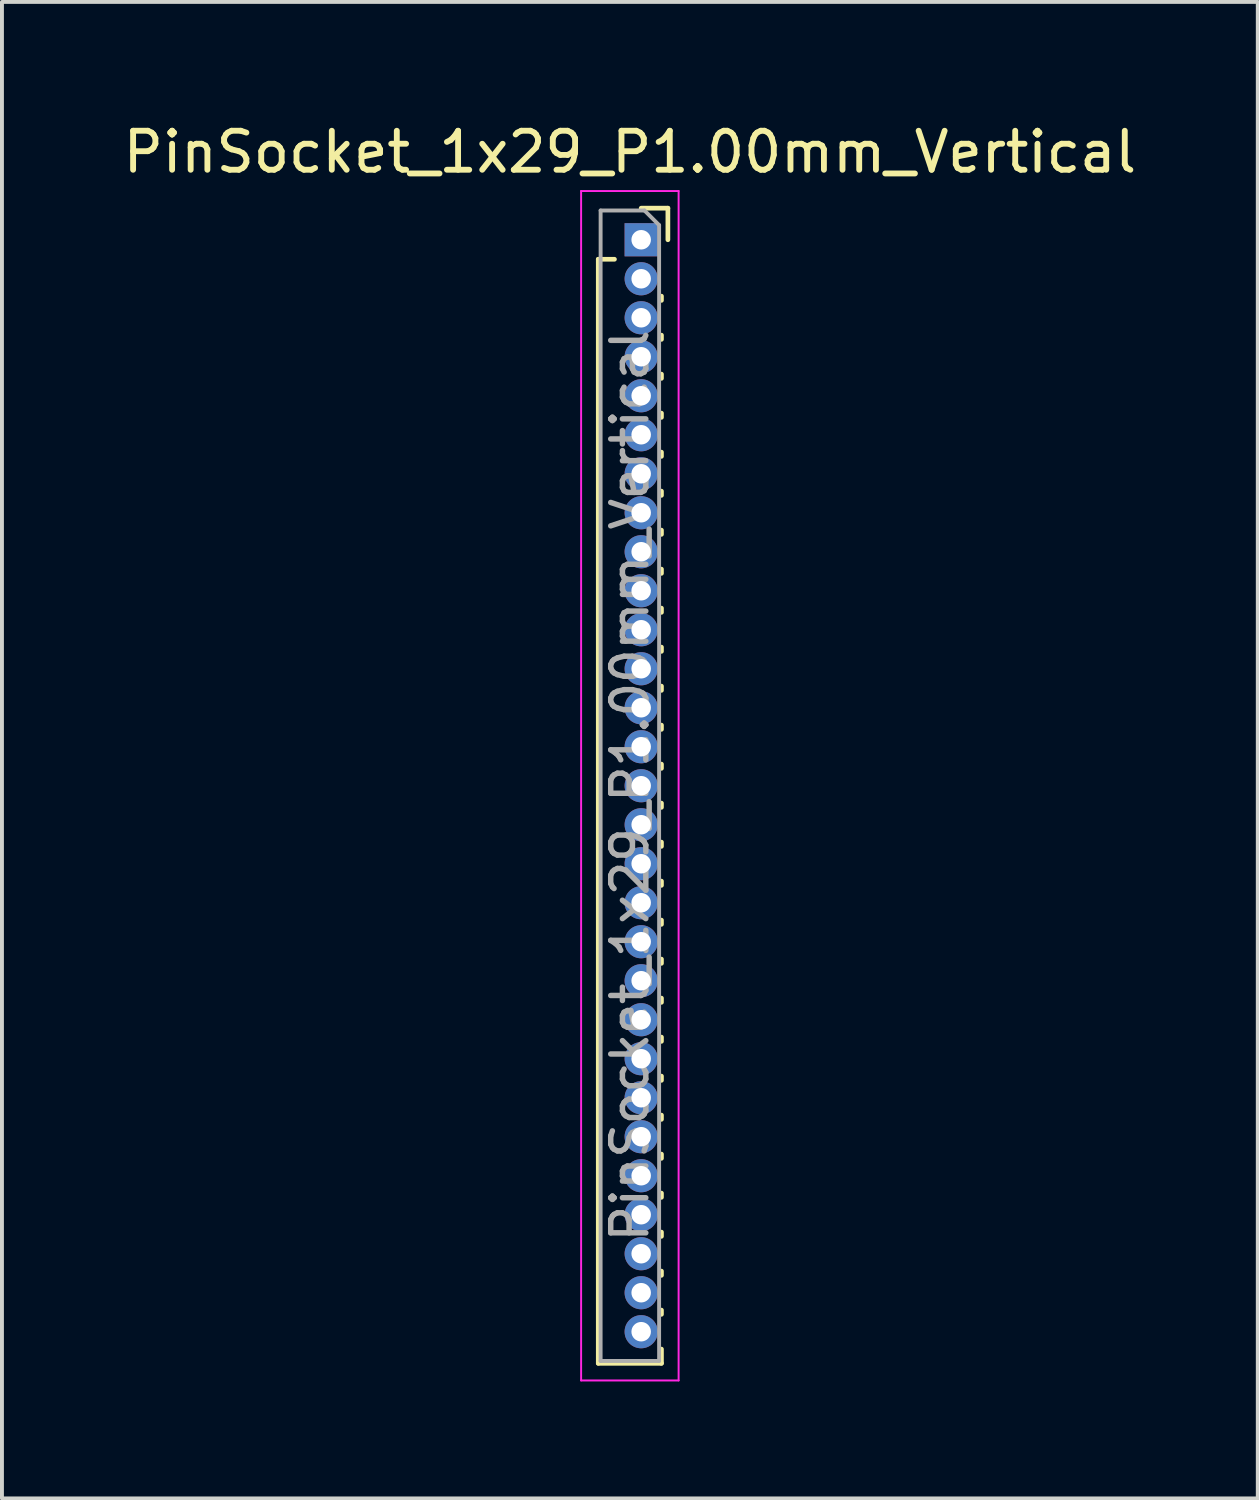
<source format=kicad_pcb>
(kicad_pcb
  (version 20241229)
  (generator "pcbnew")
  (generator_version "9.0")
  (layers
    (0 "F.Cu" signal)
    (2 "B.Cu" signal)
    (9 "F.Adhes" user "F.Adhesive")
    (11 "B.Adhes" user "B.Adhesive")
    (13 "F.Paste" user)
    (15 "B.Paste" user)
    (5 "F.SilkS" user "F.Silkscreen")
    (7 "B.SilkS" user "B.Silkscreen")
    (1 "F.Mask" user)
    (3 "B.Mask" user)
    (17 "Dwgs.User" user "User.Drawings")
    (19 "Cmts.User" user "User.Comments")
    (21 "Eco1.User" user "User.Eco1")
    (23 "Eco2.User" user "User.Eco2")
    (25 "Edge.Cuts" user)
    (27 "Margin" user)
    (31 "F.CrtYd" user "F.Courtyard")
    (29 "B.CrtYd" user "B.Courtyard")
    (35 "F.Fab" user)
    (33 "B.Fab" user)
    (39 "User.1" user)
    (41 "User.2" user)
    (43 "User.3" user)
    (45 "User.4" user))
  (footprint "PinSocket_1x29_P1.00mm_Vertical"
    (layer "F.Cu")
    (at 13.391 3.098)
    (property "Reference" "PinSocket_1x29_P1.00mm_Vertical" (at -0.29 -2.25 0) (layer "F.SilkS") (effects (font (size 1 1) (thickness 0.15))))
    (attr through_hole)
    (fp_line (start -1.1 0.5) (end -1.1 28.81) (stroke (width 0.12) (type solid)) (layer "F.SilkS"))
    (fp_line (start -1.1 0.5) (end -0.685 0.5) (stroke (width 0.12) (type solid)) (layer "F.SilkS"))
    (fp_line (start -1.1 28.81) (end 0.52 28.81) (stroke (width 0.12) (type solid)) (layer "F.SilkS"))
    (fp_line (start 0 -0.81) (end 0.685 -0.81) (stroke (width 0.12) (type solid)) (layer "F.SilkS"))
    (fp_line (start 0.52 1.446) (end 0.52 1.554) (stroke (width 0.12) (type solid)) (layer "F.SilkS"))
    (fp_line (start 0.52 2.446) (end 0.52 2.554) (stroke (width 0.12) (type solid)) (layer "F.SilkS"))
    (fp_line (start 0.52 3.446) (end 0.52 3.554) (stroke (width 0.12) (type solid)) (layer "F.SilkS"))
    (fp_line (start 0.52 4.446) (end 0.52 4.554) (stroke (width 0.12) (type solid)) (layer "F.SilkS"))
    (fp_line (start 0.52 5.446) (end 0.52 5.554) (stroke (width 0.12) (type solid)) (layer "F.SilkS"))
    (fp_line (start 0.52 6.446) (end 0.52 6.554) (stroke (width 0.12) (type solid)) (layer "F.SilkS"))
    (fp_line (start 0.52 7.446) (end 0.52 7.554) (stroke (width 0.12) (type solid)) (layer "F.SilkS"))
    (fp_line (start 0.52 8.446) (end 0.52 8.554) (stroke (width 0.12) (type solid)) (layer "F.SilkS"))
    (fp_line (start 0.52 9.446) (end 0.52 9.554) (stroke (width 0.12) (type solid)) (layer "F.SilkS"))
    (fp_line (start 0.52 10.446) (end 0.52 10.554) (stroke (width 0.12) (type solid)) (layer "F.SilkS"))
    (fp_line (start 0.52 11.446) (end 0.52 11.554) (stroke (width 0.12) (type solid)) (layer "F.SilkS"))
    (fp_line (start 0.52 12.446) (end 0.52 12.554) (stroke (width 0.12) (type solid)) (layer "F.SilkS"))
    (fp_line (start 0.52 13.446) (end 0.52 13.554) (stroke (width 0.12) (type solid)) (layer "F.SilkS"))
    (fp_line (start 0.52 14.446) (end 0.52 14.554) (stroke (width 0.12) (type solid)) (layer "F.SilkS"))
    (fp_line (start 0.52 15.446) (end 0.52 15.554) (stroke (width 0.12) (type solid)) (layer "F.SilkS"))
    (fp_line (start 0.52 16.446) (end 0.52 16.554) (stroke (width 0.12) (type solid)) (layer "F.SilkS"))
    (fp_line (start 0.52 17.446) (end 0.52 17.554) (stroke (width 0.12) (type solid)) (layer "F.SilkS"))
    (fp_line (start 0.52 18.446) (end 0.52 18.554) (stroke (width 0.12) (type solid)) (layer "F.SilkS"))
    (fp_line (start 0.52 19.446) (end 0.52 19.554) (stroke (width 0.12) (type solid)) (layer "F.SilkS"))
    (fp_line (start 0.52 20.446) (end 0.52 20.554) (stroke (width 0.12) (type solid)) (layer "F.SilkS"))
    (fp_line (start 0.52 21.446) (end 0.52 21.554) (stroke (width 0.12) (type solid)) (layer "F.SilkS"))
    (fp_line (start 0.52 22.446) (end 0.52 22.554) (stroke (width 0.12) (type solid)) (layer "F.SilkS"))
    (fp_line (start 0.52 23.446) (end 0.52 23.554) (stroke (width 0.12) (type solid)) (layer "F.SilkS"))
    (fp_line (start 0.52 24.446) (end 0.52 24.554) (stroke (width 0.12) (type solid)) (layer "F.SilkS"))
    (fp_line (start 0.52 25.446) (end 0.52 25.554) (stroke (width 0.12) (type solid)) (layer "F.SilkS"))
    (fp_line (start 0.52 26.446) (end 0.52 26.554) (stroke (width 0.12) (type solid)) (layer "F.SilkS"))
    (fp_line (start 0.52 27.446) (end 0.52 27.554) (stroke (width 0.12) (type solid)) (layer "F.SilkS"))
    (fp_line (start 0.52 28.446) (end 0.52 28.81) (stroke (width 0.12) (type solid)) (layer "F.SilkS"))
    (fp_line (start 0.685 -0.81) (end 0.685 0) (stroke (width 0.12) (type solid)) (layer "F.SilkS"))
    (fp_line (start -1.54 -1.25) (end 0.96 -1.25) (stroke (width 0.05) (type solid)) (layer "F.CrtYd"))
    (fp_line (start -1.54 29.25) (end -1.54 -1.25) (stroke (width 0.05) (type solid)) (layer "F.CrtYd"))
    (fp_line (start 0.96 -1.25) (end 0.96 29.25) (stroke (width 0.05) (type solid)) (layer "F.CrtYd"))
    (fp_line (start 0.96 29.25) (end -1.54 29.25) (stroke (width 0.05) (type solid)) (layer "F.CrtYd"))
    (fp_line (start -1.04 -0.75) (end 0.085 -0.75) (stroke (width 0.1) (type solid)) (layer "F.Fab"))
    (fp_line (start -1.04 28.75) (end -1.04 -0.75) (stroke (width 0.1) (type solid)) (layer "F.Fab"))
    (fp_line (start 0.085 -0.75) (end 0.46 -0.375) (stroke (width 0.1) (type solid)) (layer "F.Fab"))
    (fp_line (start 0.46 -0.375) (end 0.46 28.75) (stroke (width 0.1) (type solid)) (layer "F.Fab"))
    (fp_line (start 0.46 28.75) (end -1.04 28.75) (stroke (width 0.1) (type solid)) (layer "F.Fab"))
    (fp_text user "${REFERENCE}" (at -0.29 14 90) (layer "F.Fab") (effects (font (size 0.9 0.9) (thickness 0.14))))
    (pad "1" thru_hole rect (at 0 0) (size 0.85 0.85) (drill 0.5) (layers "*.Cu" "*.Mask"))
    (pad "2" thru_hole oval (at 0 1) (size 0.85 0.85) (drill 0.5) (layers "*.Cu" "*.Mask"))
    (pad "3" thru_hole oval (at 0 2) (size 0.85 0.85) (drill 0.5) (layers "*.Cu" "*.Mask"))
    (pad "4" thru_hole oval (at 0 3) (size 0.85 0.85) (drill 0.5) (layers "*.Cu" "*.Mask"))
    (pad "5" thru_hole oval (at 0 4) (size 0.85 0.85) (drill 0.5) (layers "*.Cu" "*.Mask"))
    (pad "6" thru_hole oval (at 0 5) (size 0.85 0.85) (drill 0.5) (layers "*.Cu" "*.Mask"))
    (pad "7" thru_hole oval (at 0 6) (size 0.85 0.85) (drill 0.5) (layers "*.Cu" "*.Mask"))
    (pad "8" thru_hole oval (at 0 7) (size 0.85 0.85) (drill 0.5) (layers "*.Cu" "*.Mask"))
    (pad "9" thru_hole oval (at 0 8) (size 0.85 0.85) (drill 0.5) (layers "*.Cu" "*.Mask"))
    (pad "10" thru_hole oval (at 0 9) (size 0.85 0.85) (drill 0.5) (layers "*.Cu" "*.Mask"))
    (pad "11" thru_hole oval (at 0 10) (size 0.85 0.85) (drill 0.5) (layers "*.Cu" "*.Mask"))
    (pad "12" thru_hole oval (at 0 11) (size 0.85 0.85) (drill 0.5) (layers "*.Cu" "*.Mask"))
    (pad "13" thru_hole oval (at 0 12) (size 0.85 0.85) (drill 0.5) (layers "*.Cu" "*.Mask"))
    (pad "14" thru_hole oval (at 0 13) (size 0.85 0.85) (drill 0.5) (layers "*.Cu" "*.Mask"))
    (pad "15" thru_hole oval (at 0 14) (size 0.85 0.85) (drill 0.5) (layers "*.Cu" "*.Mask"))
    (pad "16" thru_hole oval (at 0 15) (size 0.85 0.85) (drill 0.5) (layers "*.Cu" "*.Mask"))
    (pad "17" thru_hole oval (at 0 16) (size 0.85 0.85) (drill 0.5) (layers "*.Cu" "*.Mask"))
    (pad "18" thru_hole oval (at 0 17) (size 0.85 0.85) (drill 0.5) (layers "*.Cu" "*.Mask"))
    (pad "19" thru_hole oval (at 0 18) (size 0.85 0.85) (drill 0.5) (layers "*.Cu" "*.Mask"))
    (pad "20" thru_hole oval (at 0 19) (size 0.85 0.85) (drill 0.5) (layers "*.Cu" "*.Mask"))
    (pad "21" thru_hole oval (at 0 20) (size 0.85 0.85) (drill 0.5) (layers "*.Cu" "*.Mask"))
    (pad "22" thru_hole oval (at 0 21) (size 0.85 0.85) (drill 0.5) (layers "*.Cu" "*.Mask"))
    (pad "23" thru_hole oval (at 0 22) (size 0.85 0.85) (drill 0.5) (layers "*.Cu" "*.Mask"))
    (pad "24" thru_hole oval (at 0 23) (size 0.85 0.85) (drill 0.5) (layers "*.Cu" "*.Mask"))
    (pad "25" thru_hole oval (at 0 24) (size 0.85 0.85) (drill 0.5) (layers "*.Cu" "*.Mask"))
    (pad "26" thru_hole oval (at 0 25) (size 0.85 0.85) (drill 0.5) (layers "*.Cu" "*.Mask"))
    (pad "27" thru_hole oval (at 0 26) (size 0.85 0.85) (drill 0.5) (layers "*.Cu" "*.Mask"))
    (pad "28" thru_hole oval (at 0 27) (size 0.85 0.85) (drill 0.5) (layers "*.Cu" "*.Mask"))
    (pad "29" thru_hole oval (at 0 28) (size 0.85 0.85) (drill 0.5) (layers "*.Cu" "*.Mask")))
  (gr_rect
    (start -3 -3)
    (end 29.202 35.373)
    (stroke (width 0.1) (type default))
    (fill no)
    (layer "Edge.Cuts")))
</source>
